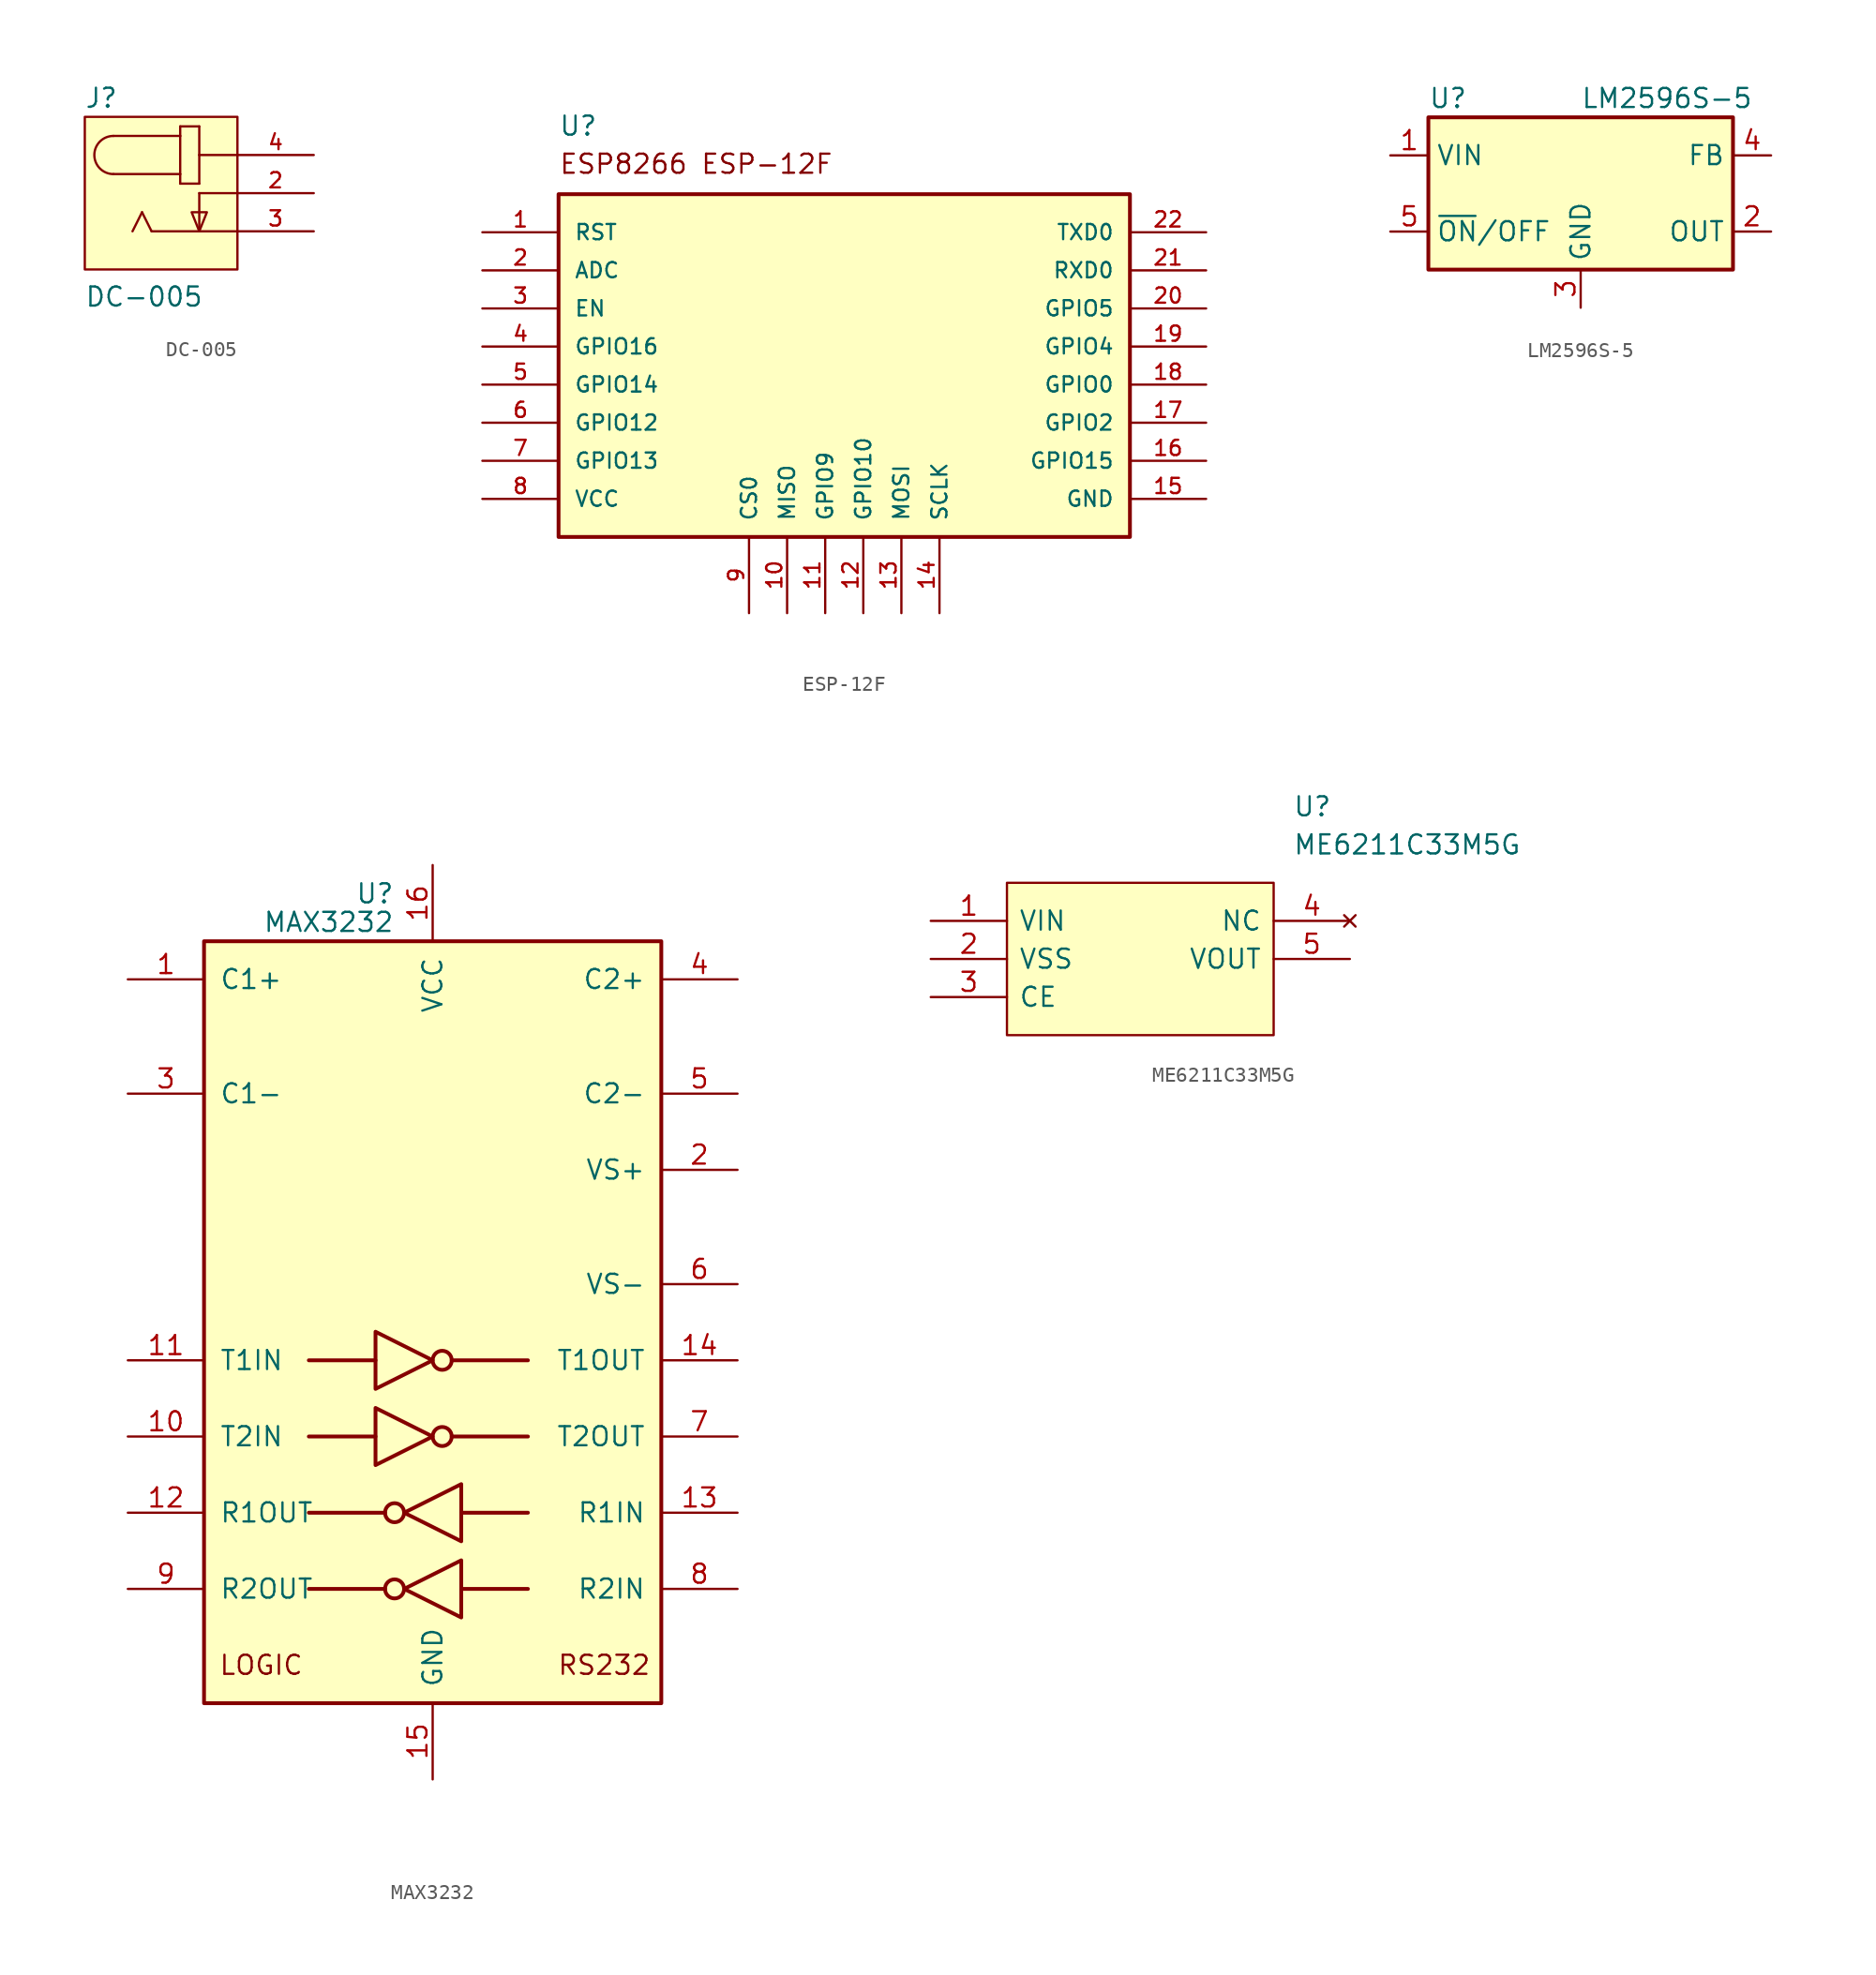
<source format=kicad_sym>
(kicad_symbol_lib
  (version 20211014)
  (generator kicad_symbol_editor)
  (symbol "DC-005"
    (pin_names
      (offset 1.016) hide)
    (property "Reference" "J"
      (at -5.105 5.588 0)
      (effects (font (size 1.27 1.27)) (justify left bottom)))
    (property "Value" "DC-005"
      (at -5.105 -7.645 0)
      (effects (font (size 1.27 1.27)) (justify left bottom)))
    (property "ki_locked" ""
      (at 0 0 0)
      (effects (font (size 1.27 1.27))))
    (symbol "DC-005_0_0"
      (rectangle (start -5.08 -5.08) (end 5.08 5.08) (stroke (width 0.152) (type default) (color 0 0 0 0)) (fill (type background)))
      (arc (start -3.175 3.81) (mid -4.445 2.54) (end -3.175 1.27) (stroke (width 0.1524) (type default) (color 0 0 0 0)) (fill (type none)))
      (polyline (pts (xy -3.175 3.81) (xy 1.27 3.81)) (stroke (width 0.152) (type default) (color 0 0 0 0)) (fill (type none)))
      (polyline (pts (xy -1.27 -1.27) (xy -1.905 -2.54)) (stroke (width 0.152) (type default) (color 0 0 0 0)) (fill (type none)))
      (polyline (pts (xy -0.635 -2.54) (xy -1.27 -1.27)) (stroke (width 0.152) (type default) (color 0 0 0 0)) (fill (type none)))
      (polyline (pts (xy 1.27 0.635) (xy 2.54 0.635)) (stroke (width 0.152) (type default) (color 0 0 0 0)) (fill (type none)))
      (polyline (pts (xy 1.27 1.27) (xy -3.175 1.27)) (stroke (width 0.152) (type default) (color 0 0 0 0)) (fill (type none)))
      (polyline (pts (xy 1.27 1.27) (xy 1.27 0.635)) (stroke (width 0.152) (type default) (color 0 0 0 0)) (fill (type none)))
      (polyline (pts (xy 1.27 3.81) (xy 1.27 1.27)) (stroke (width 0.152) (type default) (color 0 0 0 0)) (fill (type none)))
      (polyline (pts (xy 1.27 4.445) (xy 1.27 3.81)) (stroke (width 0.152) (type default) (color 0 0 0 0)) (fill (type none)))
      (polyline (pts (xy 2.54 -2.54) (xy -0.635 -2.54)) (stroke (width 0.152) (type default) (color 0 0 0 0)) (fill (type none)))
      (polyline (pts (xy 2.54 -2.54) (xy 5.08 -2.54)) (stroke (width 0.152) (type default) (color 0 0 0 0)) (fill (type none)))
      (polyline (pts (xy 2.54 0) (xy 2.54 -2.54)) (stroke (width 0.152) (type default) (color 0 0 0 0)) (fill (type none)))
      (polyline (pts (xy 2.54 0) (xy 5.08 0)) (stroke (width 0.152) (type default) (color 0 0 0 0)) (fill (type none)))
      (polyline (pts (xy 2.54 0.635) (xy 2.54 2.54)) (stroke (width 0.152) (type default) (color 0 0 0 0)) (fill (type none)))
      (polyline (pts (xy 2.54 2.54) (xy 2.54 4.445)) (stroke (width 0.152) (type default) (color 0 0 0 0)) (fill (type none)))
      (polyline (pts (xy 2.54 2.54) (xy 5.08 2.54)) (stroke (width 0.152) (type default) (color 0 0 0 0)) (fill (type none)))
      (polyline (pts (xy 2.54 4.445) (xy 1.27 4.445)) (stroke (width 0.152) (type default) (color 0 0 0 0)) (fill (type none)))
      (polyline (pts (xy 2.54 -2.54) (xy 2.032 -1.27) (xy 3.048 -1.27) (xy 2.54 -2.54)) (stroke (width 0.152) (type default) (color 0 0 0 0)) (fill (type background)))
      (pin passive line (at 10.16 0 180) (length 5.08) (name "~" (effects (font (size 1.016 1.016)))) (number "2" (effects (font (size 1.016 1.016)))))
      (pin passive line (at 10.16 -2.54 180) (length 5.08) (name "~" (effects (font (size 1.016 1.016)))) (number "3" (effects (font (size 1.016 1.016)))))
      (pin passive line (at 10.16 2.54 180) (length 5.08) (name "~" (effects (font (size 1.016 1.016)))) (number "4" (effects (font (size 1.016 1.016)))))))
  (symbol "ESP-12F"
    (pin_names
      (offset 1.016))
    (property "Reference" "U"
      (at -17.78 13.97 0)
      (effects (font (size 1.27 1.27)) (justify left bottom)))
    (property "ki_locked" ""
      (at 0 0 0)
      (effects (font (size 1.27 1.27))))
    (symbol "ESP-12F_0_0"
      (rectangle (start -17.78 -12.7) (end 20.32 10.16) (stroke (width 0.254) (type default) (color 0 0 0 0)) (fill (type background)))
      (text "ESP8266 ESP-12F" (at -17.78 11.43 0) (effects (font (size 1.27 1.27)) (justify left bottom)))
      (pin input line (at -22.86 7.62 0) (length 5.08) (name "RST" (effects (font (size 1.016 1.016)))) (number "1" (effects (font (size 1.016 1.016)))))
      (pin bidirectional line (at -2.54 -17.78 90) (length 5.08) (name "MISO" (effects (font (size 1.016 1.016)))) (number "10" (effects (font (size 1.016 1.016)))))
      (pin bidirectional line (at 0 -17.78 90) (length 5.08) (name "GPIO9" (effects (font (size 1.016 1.016)))) (number "11" (effects (font (size 1.016 1.016)))))
      (pin bidirectional line (at 2.54 -17.78 90) (length 5.08) (name "GPIO10" (effects (font (size 1.016 1.016)))) (number "12" (effects (font (size 1.016 1.016)))))
      (pin bidirectional line (at 5.08 -17.78 90) (length 5.08) (name "MOSI" (effects (font (size 1.016 1.016)))) (number "13" (effects (font (size 1.016 1.016)))))
      (pin bidirectional line (at 7.62 -17.78 90) (length 5.08) (name "SCLK" (effects (font (size 1.016 1.016)))) (number "14" (effects (font (size 1.016 1.016)))))
      (pin power_in line (at 25.4 -10.16 180) (length 5.08) (name "GND" (effects (font (size 1.016 1.016)))) (number "15" (effects (font (size 1.016 1.016)))))
      (pin bidirectional line (at 25.4 -7.62 180) (length 5.08) (name "GPIO15" (effects (font (size 1.016 1.016)))) (number "16" (effects (font (size 1.016 1.016)))))
      (pin bidirectional line (at 25.4 -5.08 180) (length 5.08) (name "GPIO2" (effects (font (size 1.016 1.016)))) (number "17" (effects (font (size 1.016 1.016)))))
      (pin bidirectional line (at 25.4 -2.54 180) (length 5.08) (name "GPIO0" (effects (font (size 1.016 1.016)))) (number "18" (effects (font (size 1.016 1.016)))))
      (pin bidirectional line (at 25.4 0 180) (length 5.08) (name "GPIO4" (effects (font (size 1.016 1.016)))) (number "19" (effects (font (size 1.016 1.016)))))
      (pin bidirectional line (at -22.86 5.08 0) (length 5.08) (name "ADC" (effects (font (size 1.016 1.016)))) (number "2" (effects (font (size 1.016 1.016)))))
      (pin bidirectional line (at 25.4 2.54 180) (length 5.08) (name "GPIO5" (effects (font (size 1.016 1.016)))) (number "20" (effects (font (size 1.016 1.016)))))
      (pin bidirectional line (at 25.4 5.08 180) (length 5.08) (name "RXD0" (effects (font (size 1.016 1.016)))) (number "21" (effects (font (size 1.016 1.016)))))
      (pin bidirectional line (at 25.4 7.62 180) (length 5.08) (name "TXD0" (effects (font (size 1.016 1.016)))) (number "22" (effects (font (size 1.016 1.016)))))
      (pin input line (at -22.86 2.54 0) (length 5.08) (name "EN" (effects (font (size 1.016 1.016)))) (number "3" (effects (font (size 1.016 1.016)))))
      (pin bidirectional line (at -22.86 0 0) (length 5.08) (name "GPIO16" (effects (font (size 1.016 1.016)))) (number "4" (effects (font (size 1.016 1.016)))))
      (pin bidirectional line (at -22.86 -2.54 0) (length 5.08) (name "GPIO14" (effects (font (size 1.016 1.016)))) (number "5" (effects (font (size 1.016 1.016)))))
      (pin bidirectional line (at -22.86 -5.08 0) (length 5.08) (name "GPIO12" (effects (font (size 1.016 1.016)))) (number "6" (effects (font (size 1.016 1.016)))))
      (pin bidirectional line (at -22.86 -7.62 0) (length 5.08) (name "GPIO13" (effects (font (size 1.016 1.016)))) (number "7" (effects (font (size 1.016 1.016)))))
      (pin power_in line (at -22.86 -10.16 0) (length 5.08) (name "VCC" (effects (font (size 1.016 1.016)))) (number "8" (effects (font (size 1.016 1.016)))))
      (pin bidirectional line (at -5.08 -17.78 90) (length 5.08) (name "CS0" (effects (font (size 1.016 1.016)))) (number "9" (effects (font (size 1.016 1.016)))))))
  (symbol "LM2596S-5"
    (property "Reference" "U"
      (at -10.16 6.35 0)
      (effects (font (size 1.27 1.27)) (justify left)))
    (property "Value" "LM2596S-5"
      (at 0 6.35 0)
      (effects (font (size 1.27 1.27)) (justify left)))
    (symbol "LM2596S-5_0_1"
      (rectangle (start -10.16 5.08) (end 10.16 -5.08) (stroke (width 0.254) (type default) (color 0 0 0 0)) (fill (type background))))
    (symbol "LM2596S-5_1_1"
      (pin power_in line (at -12.7 2.54 0) (length 2.54) (name "VIN" (effects (font (size 1.27 1.27)))) (number "1" (effects (font (size 1.27 1.27)))))
      (pin output line (at 12.7 -2.54 180) (length 2.54) (name "OUT" (effects (font (size 1.27 1.27)))) (number "2" (effects (font (size 1.27 1.27)))))
      (pin power_in line (at 0 -7.62 90) (length 2.54) (name "GND" (effects (font (size 1.27 1.27)))) (number "3" (effects (font (size 1.27 1.27)))))
      (pin input line (at 12.7 2.54 180) (length 2.54) (name "FB" (effects (font (size 1.27 1.27)))) (number "4" (effects (font (size 1.27 1.27)))))
      (pin input line (at -12.7 -2.54 0) (length 2.54) (name "~{ON}/OFF" (effects (font (size 1.27 1.27)))) (number "5" (effects (font (size 1.27 1.27)))))))
  (symbol "MAX3232"
    (pin_names
      (offset 1.016))
    (property "Reference" "U"
      (at -2.54 28.575 0)
      (effects (font (size 1.27 1.27)) (justify right)))
    (property "Value" "MAX3232"
      (at -2.54 26.67 0)
      (effects (font (size 1.27 1.27)) (justify right)))
    (symbol "MAX3232_0_0"
      (text "LOGIC" (at -11.43 -22.86 0) (effects (font (size 1.27 1.27))))
      (text "RS232" (at 11.43 -22.86 0) (effects (font (size 1.27 1.27)))))
    (symbol "MAX3232_0_1"
      (rectangle (start -15.24 -25.4) (end 15.24 25.4) (stroke (width 0.254) (type default) (color 0 0 0 0)) (fill (type background)))
      (circle (center -2.54 -17.78) (radius 0.635) (stroke (width 0.254) (type default) (color 0 0 0 0)) (fill (type none)))
      (circle (center -2.54 -12.7) (radius 0.635) (stroke (width 0.254) (type default) (color 0 0 0 0)) (fill (type none)))
      (polyline (pts (xy -3.81 -7.62) (xy -8.255 -7.62)) (stroke (width 0.254) (type default) (color 0 0 0 0)) (fill (type none)))
      (polyline (pts (xy -3.81 -2.54) (xy -8.255 -2.54)) (stroke (width 0.254) (type default) (color 0 0 0 0)) (fill (type none)))
      (polyline (pts (xy -3.175 -17.78) (xy -8.255 -17.78)) (stroke (width 0.254) (type default) (color 0 0 0 0)) (fill (type none)))
      (polyline (pts (xy -3.175 -12.7) (xy -8.255 -12.7)) (stroke (width 0.254) (type default) (color 0 0 0 0)) (fill (type none)))
      (polyline (pts (xy 1.27 -7.62) (xy 6.35 -7.62)) (stroke (width 0.254) (type default) (color 0 0 0 0)) (fill (type none)))
      (polyline (pts (xy 1.27 -2.54) (xy 6.35 -2.54)) (stroke (width 0.254) (type default) (color 0 0 0 0)) (fill (type none)))
      (polyline (pts (xy 1.905 -17.78) (xy 6.35 -17.78)) (stroke (width 0.254) (type default) (color 0 0 0 0)) (fill (type none)))
      (polyline (pts (xy 1.905 -12.7) (xy 6.35 -12.7)) (stroke (width 0.254) (type default) (color 0 0 0 0)) (fill (type none)))
      (polyline (pts (xy -3.81 -5.715) (xy -3.81 -9.525) (xy 0 -7.62) (xy -3.81 -5.715)) (stroke (width 0.254) (type default) (color 0 0 0 0)) (fill (type none)))
      (polyline (pts (xy -3.81 -0.635) (xy -3.81 -4.445) (xy 0 -2.54) (xy -3.81 -0.635)) (stroke (width 0.254) (type default) (color 0 0 0 0)) (fill (type none)))
      (polyline (pts (xy 1.905 -15.875) (xy 1.905 -19.685) (xy -1.905 -17.78) (xy 1.905 -15.875)) (stroke (width 0.254) (type default) (color 0 0 0 0)) (fill (type none)))
      (polyline (pts (xy 1.905 -10.795) (xy 1.905 -14.605) (xy -1.905 -12.7) (xy 1.905 -10.795)) (stroke (width 0.254) (type default) (color 0 0 0 0)) (fill (type none)))
      (circle (center 0.635 -7.62) (radius 0.635) (stroke (width 0.254) (type default) (color 0 0 0 0)) (fill (type none)))
      (circle (center 0.635 -2.54) (radius 0.635) (stroke (width 0.254) (type default) (color 0 0 0 0)) (fill (type none))))
    (symbol "MAX3232_1_1"
      (pin passive line (at -20.32 22.86 0) (length 5.08) (name "C1+" (effects (font (size 1.27 1.27)))) (number "1" (effects (font (size 1.27 1.27)))))
      (pin input line (at -20.32 -7.62 0) (length 5.08) (name "T2IN" (effects (font (size 1.27 1.27)))) (number "10" (effects (font (size 1.27 1.27)))))
      (pin input line (at -20.32 -2.54 0) (length 5.08) (name "T1IN" (effects (font (size 1.27 1.27)))) (number "11" (effects (font (size 1.27 1.27)))))
      (pin output line (at -20.32 -12.7 0) (length 5.08) (name "R1OUT" (effects (font (size 1.27 1.27)))) (number "12" (effects (font (size 1.27 1.27)))))
      (pin input line (at 20.32 -12.7 180) (length 5.08) (name "R1IN" (effects (font (size 1.27 1.27)))) (number "13" (effects (font (size 1.27 1.27)))))
      (pin output line (at 20.32 -2.54 180) (length 5.08) (name "T1OUT" (effects (font (size 1.27 1.27)))) (number "14" (effects (font (size 1.27 1.27)))))
      (pin power_in line (at 0 -30.48 90) (length 5.08) (name "GND" (effects (font (size 1.27 1.27)))) (number "15" (effects (font (size 1.27 1.27)))))
      (pin power_in line (at 0 30.48 270) (length 5.08) (name "VCC" (effects (font (size 1.27 1.27)))) (number "16" (effects (font (size 1.27 1.27)))))
      (pin power_out line (at 20.32 10.16 180) (length 5.08) (name "VS+" (effects (font (size 1.27 1.27)))) (number "2" (effects (font (size 1.27 1.27)))))
      (pin passive line (at -20.32 15.24 0) (length 5.08) (name "C1-" (effects (font (size 1.27 1.27)))) (number "3" (effects (font (size 1.27 1.27)))))
      (pin passive line (at 20.32 22.86 180) (length 5.08) (name "C2+" (effects (font (size 1.27 1.27)))) (number "4" (effects (font (size 1.27 1.27)))))
      (pin passive line (at 20.32 15.24 180) (length 5.08) (name "C2-" (effects (font (size 1.27 1.27)))) (number "5" (effects (font (size 1.27 1.27)))))
      (pin power_out line (at 20.32 2.54 180) (length 5.08) (name "VS-" (effects (font (size 1.27 1.27)))) (number "6" (effects (font (size 1.27 1.27)))))
      (pin output line (at 20.32 -7.62 180) (length 5.08) (name "T2OUT" (effects (font (size 1.27 1.27)))) (number "7" (effects (font (size 1.27 1.27)))))
      (pin input line (at 20.32 -17.78 180) (length 5.08) (name "R2IN" (effects (font (size 1.27 1.27)))) (number "8" (effects (font (size 1.27 1.27)))))
      (pin output line (at -20.32 -17.78 0) (length 5.08) (name "R2OUT" (effects (font (size 1.27 1.27)))) (number "9" (effects (font (size 1.27 1.27)))))))
  (symbol "ME6211C33M5G"
    (pin_names
      (offset 0.762))
    (property "Reference" "U"
      (at 24.13 7.62 0)
      (effects (font (size 1.27 1.27)) (justify left)))
    (property "Value" "ME6211C33M5G"
      (at 24.13 5.08 0)
      (effects (font (size 1.27 1.27)) (justify left)))
    (symbol "ME6211C33M5G_0_0"
      (pin passive line (at 0 0 0) (length 5.08) (name "VIN" (effects (font (size 1.27 1.27)))) (number "1" (effects (font (size 1.27 1.27)))))
      (pin passive line (at 0 -2.54 0) (length 5.08) (name "VSS" (effects (font (size 1.27 1.27)))) (number "2" (effects (font (size 1.27 1.27)))))
      (pin passive line (at 0 -5.08 0) (length 5.08) (name "CE" (effects (font (size 1.27 1.27)))) (number "3" (effects (font (size 1.27 1.27)))))
      (pin no_connect line (at 27.94 0 180) (length 5.08) (name "NC" (effects (font (size 1.27 1.27)))) (number "4" (effects (font (size 1.27 1.27)))))
      (pin power_out line (at 27.94 -2.54 180) (length 5.08) (name "VOUT" (effects (font (size 1.27 1.27)))) (number "5" (effects (font (size 1.27 1.27))))))
    (symbol "ME6211C33M5G_0_1"
      (polyline (pts (xy 5.08 2.54) (xy 22.86 2.54) (xy 22.86 -7.62) (xy 5.08 -7.62) (xy 5.08 2.54)) (stroke (width 0.152) (type default) (color 0 0 0 0)) (fill (type background))))))
</source>
